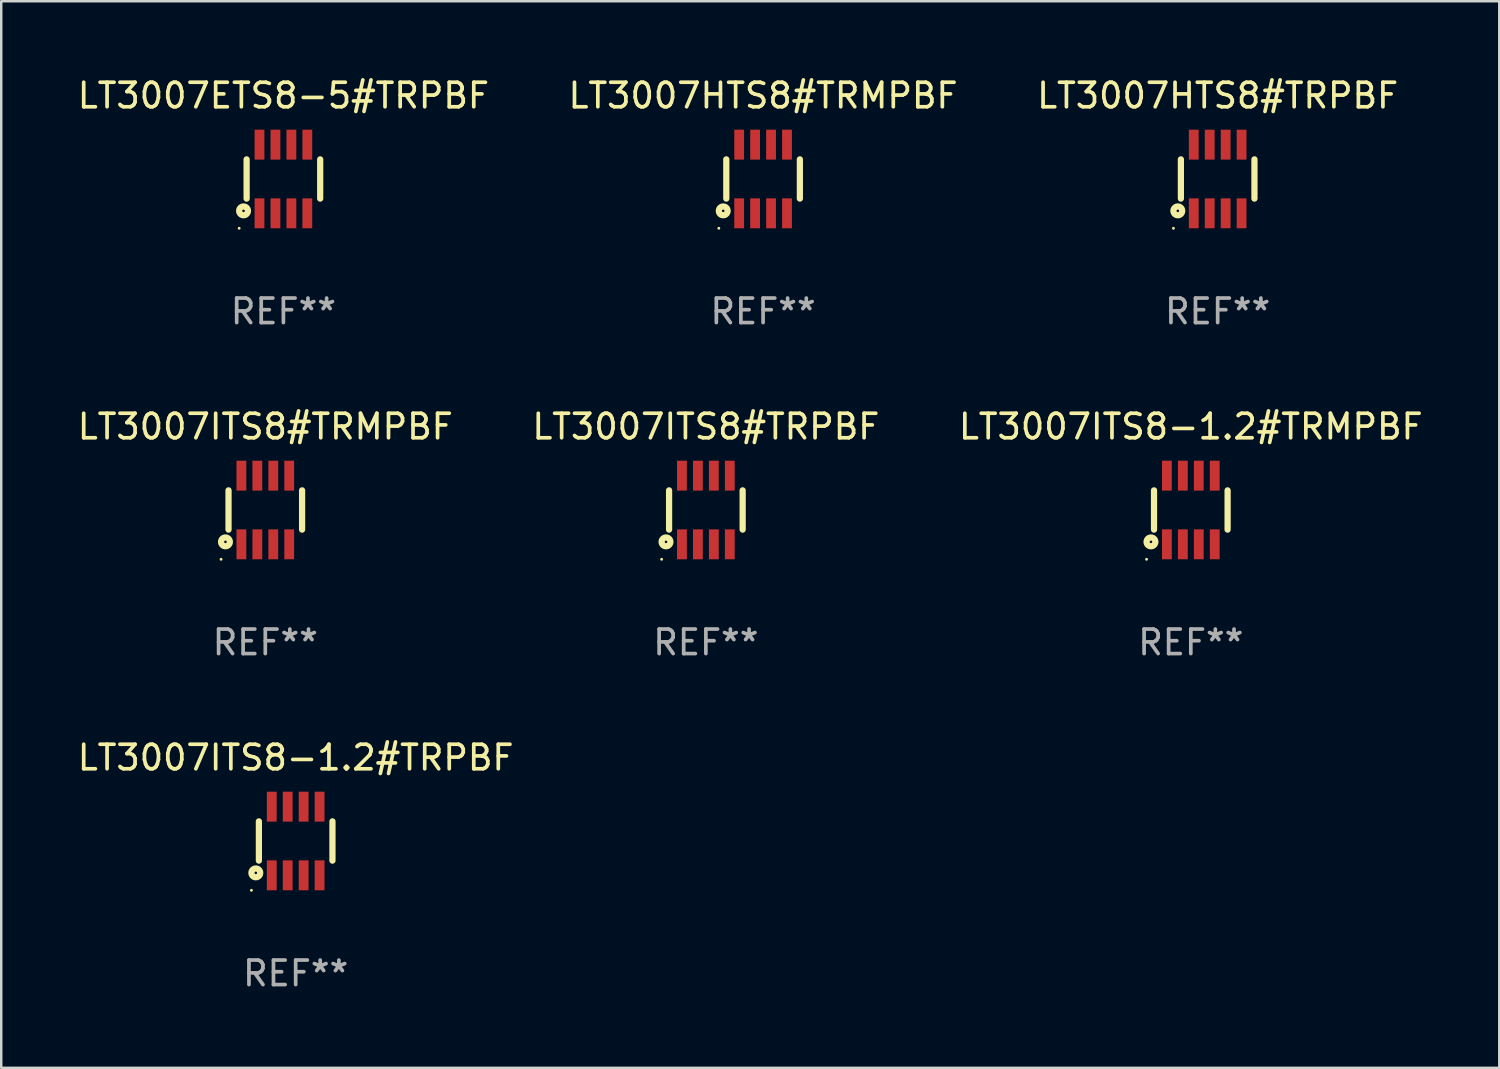
<source format=kicad_pcb>
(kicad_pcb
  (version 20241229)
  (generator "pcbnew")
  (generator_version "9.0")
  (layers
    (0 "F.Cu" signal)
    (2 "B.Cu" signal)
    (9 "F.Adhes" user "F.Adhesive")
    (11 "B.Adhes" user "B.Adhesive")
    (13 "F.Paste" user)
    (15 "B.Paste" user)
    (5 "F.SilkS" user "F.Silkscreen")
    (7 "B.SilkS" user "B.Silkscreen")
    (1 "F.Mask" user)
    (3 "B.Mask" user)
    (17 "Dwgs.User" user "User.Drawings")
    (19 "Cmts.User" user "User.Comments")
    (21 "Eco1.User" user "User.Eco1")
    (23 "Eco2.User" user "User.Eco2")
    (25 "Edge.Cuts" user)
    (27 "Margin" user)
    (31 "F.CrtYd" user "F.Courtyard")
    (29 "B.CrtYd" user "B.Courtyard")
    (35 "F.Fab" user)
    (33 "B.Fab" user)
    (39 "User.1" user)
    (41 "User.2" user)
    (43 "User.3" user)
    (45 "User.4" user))
  (footprint "LT3007HTS8#TRMPBF"
    (layer "F.Cu")
    (at 28.065 4.248)
    (property "Reference" "LT3007HTS8#TRMPBF" (at 0 -3.4 0) (layer "F.SilkS") (effects (font (size 1 1) (thickness 0.15))))
    (attr through_hole)
    (fp_line (start -1.5 0.8) (end -1.5 -0.8) (stroke (width 0.254) (type solid)) (layer "F.SilkS"))
    (fp_line (start 1.5 -0.8) (end 1.5 0.8) (stroke (width 0.254) (type solid)) (layer "F.SilkS"))
    (fp_circle (center -1.804 2.01) (end -1.774 2.01) (stroke (width 0.06) (type solid)) (fill no) (layer "F.SilkS"))
    (fp_circle (center -1.625 1.3) (end -1.573 1.3) (stroke (width 0.254) (type solid)) (fill no) (layer "F.SilkS"))
    (fp_text user "REF**" (at 0 5.4 0) (layer "F.Fab") (effects (font (size 1 1) (thickness 0.15))))
    (pad "1" smd rect (at -0.975 1.4 180) (size 0.4 1.22) (layers "F.Cu" "F.Mask" "F.Paste"))
    (pad "2" smd rect (at -0.325 1.4 180) (size 0.4 1.22) (layers "F.Cu" "F.Mask" "F.Paste"))
    (pad "3" smd rect (at 0.325 1.4 180) (size 0.4 1.22) (layers "F.Cu" "F.Mask" "F.Paste"))
    (pad "4" smd rect (at 0.975 1.4 180) (size 0.4 1.22) (layers "F.Cu" "F.Mask" "F.Paste"))
    (pad "5" smd rect (at 0.975 -1.4 180) (size 0.4 1.22) (layers "F.Cu" "F.Mask" "F.Paste"))
    (pad "6" smd rect (at 0.325 -1.4 180) (size 0.4 1.22) (layers "F.Cu" "F.Mask" "F.Paste"))
    (pad "7" smd rect (at -0.325 -1.4 180) (size 0.4 1.22) (layers "F.Cu" "F.Mask" "F.Paste"))
    (pad "8" smd rect (at -0.975 -1.4 180) (size 0.4 1.22) (layers "F.Cu" "F.Mask" "F.Paste")))
  (footprint "LT3007ITS8#TRMPBF"
    (layer "F.Cu")
    (at 7.768 17.745)
    (property "Reference" "LT3007ITS8#TRMPBF" (at 0 -3.4 0) (layer "F.SilkS") (effects (font (size 1 1) (thickness 0.15))))
    (attr through_hole)
    (fp_line (start -1.5 0.8) (end -1.5 -0.8) (stroke (width 0.254) (type solid)) (layer "F.SilkS"))
    (fp_line (start 1.5 -0.8) (end 1.5 0.8) (stroke (width 0.254) (type solid)) (layer "F.SilkS"))
    (fp_circle (center -1.804 2.01) (end -1.774 2.01) (stroke (width 0.06) (type solid)) (fill no) (layer "F.SilkS"))
    (fp_circle (center -1.625 1.3) (end -1.573 1.3) (stroke (width 0.254) (type solid)) (fill no) (layer "F.SilkS"))
    (fp_text user "REF**" (at 0 5.4 0) (layer "F.Fab") (effects (font (size 1 1) (thickness 0.15))))
    (pad "1" smd rect (at -0.975 1.4 180) (size 0.4 1.22) (layers "F.Cu" "F.Mask" "F.Paste"))
    (pad "2" smd rect (at -0.325 1.4 180) (size 0.4 1.22) (layers "F.Cu" "F.Mask" "F.Paste"))
    (pad "3" smd rect (at 0.325 1.4 180) (size 0.4 1.22) (layers "F.Cu" "F.Mask" "F.Paste"))
    (pad "4" smd rect (at 0.975 1.4 180) (size 0.4 1.22) (layers "F.Cu" "F.Mask" "F.Paste"))
    (pad "5" smd rect (at 0.975 -1.4 180) (size 0.4 1.22) (layers "F.Cu" "F.Mask" "F.Paste"))
    (pad "6" smd rect (at 0.325 -1.4 180) (size 0.4 1.22) (layers "F.Cu" "F.Mask" "F.Paste"))
    (pad "7" smd rect (at -0.325 -1.4 180) (size 0.4 1.22) (layers "F.Cu" "F.Mask" "F.Paste"))
    (pad "8" smd rect (at -0.975 -1.4 180) (size 0.4 1.22) (layers "F.Cu" "F.Mask" "F.Paste")))
  (footprint "LT3007ITS8#TRPBF"
    (layer "F.Cu")
    (at 25.732 17.745)
    (property "Reference" "LT3007ITS8#TRPBF" (at 0 -3.4 0) (layer "F.SilkS") (effects (font (size 1 1) (thickness 0.15))))
    (attr through_hole)
    (fp_line (start -1.5 0.8) (end -1.5 -0.8) (stroke (width 0.254) (type solid)) (layer "F.SilkS"))
    (fp_line (start 1.5 -0.8) (end 1.5 0.8) (stroke (width 0.254) (type solid)) (layer "F.SilkS"))
    (fp_circle (center -1.804 2.01) (end -1.774 2.01) (stroke (width 0.06) (type solid)) (fill no) (layer "F.SilkS"))
    (fp_circle (center -1.625 1.3) (end -1.573 1.3) (stroke (width 0.254) (type solid)) (fill no) (layer "F.SilkS"))
    (fp_text user "REF**" (at 0 5.4 0) (layer "F.Fab") (effects (font (size 1 1) (thickness 0.15))))
    (pad "1" smd rect (at -0.975 1.4 180) (size 0.4 1.22) (layers "F.Cu" "F.Mask" "F.Paste"))
    (pad "2" smd rect (at -0.325 1.4 180) (size 0.4 1.22) (layers "F.Cu" "F.Mask" "F.Paste"))
    (pad "3" smd rect (at 0.325 1.4 180) (size 0.4 1.22) (layers "F.Cu" "F.Mask" "F.Paste"))
    (pad "4" smd rect (at 0.975 1.4 180) (size 0.4 1.22) (layers "F.Cu" "F.Mask" "F.Paste"))
    (pad "5" smd rect (at 0.975 -1.4 180) (size 0.4 1.22) (layers "F.Cu" "F.Mask" "F.Paste"))
    (pad "6" smd rect (at 0.325 -1.4 180) (size 0.4 1.22) (layers "F.Cu" "F.Mask" "F.Paste"))
    (pad "7" smd rect (at -0.325 -1.4 180) (size 0.4 1.22) (layers "F.Cu" "F.Mask" "F.Paste"))
    (pad "8" smd rect (at -0.975 -1.4 180) (size 0.4 1.22) (layers "F.Cu" "F.Mask" "F.Paste")))
  (footprint "LT3007ITS8-1.2#TRPBF"
    (layer "F.Cu")
    (at 9.006 31.242)
    (property "Reference" "LT3007ITS8-1.2#TRPBF" (at 0 -3.4 0) (layer "F.SilkS") (effects (font (size 1 1) (thickness 0.15))))
    (attr through_hole)
    (fp_line (start -1.5 0.8) (end -1.5 -0.8) (stroke (width 0.254) (type solid)) (layer "F.SilkS"))
    (fp_line (start 1.5 -0.8) (end 1.5 0.8) (stroke (width 0.254) (type solid)) (layer "F.SilkS"))
    (fp_circle (center -1.804 2.01) (end -1.774 2.01) (stroke (width 0.06) (type solid)) (fill no) (layer "F.SilkS"))
    (fp_circle (center -1.625 1.3) (end -1.573 1.3) (stroke (width 0.254) (type solid)) (fill no) (layer "F.SilkS"))
    (fp_text user "REF**" (at 0 5.4 0) (layer "F.Fab") (effects (font (size 1 1) (thickness 0.15))))
    (pad "1" smd rect (at -0.975 1.4 180) (size 0.4 1.22) (layers "F.Cu" "F.Mask" "F.Paste"))
    (pad "2" smd rect (at -0.325 1.4 180) (size 0.4 1.22) (layers "F.Cu" "F.Mask" "F.Paste"))
    (pad "3" smd rect (at 0.325 1.4 180) (size 0.4 1.22) (layers "F.Cu" "F.Mask" "F.Paste"))
    (pad "4" smd rect (at 0.975 1.4 180) (size 0.4 1.22) (layers "F.Cu" "F.Mask" "F.Paste"))
    (pad "5" smd rect (at 0.975 -1.4 180) (size 0.4 1.22) (layers "F.Cu" "F.Mask" "F.Paste"))
    (pad "6" smd rect (at 0.325 -1.4 180) (size 0.4 1.22) (layers "F.Cu" "F.Mask" "F.Paste"))
    (pad "7" smd rect (at -0.325 -1.4 180) (size 0.4 1.22) (layers "F.Cu" "F.Mask" "F.Paste"))
    (pad "8" smd rect (at -0.975 -1.4 180) (size 0.4 1.22) (layers "F.Cu" "F.Mask" "F.Paste")))
  (footprint "LT3007ITS8-1.2#TRMPBF"
    (layer "F.Cu")
    (at 45.506 17.745)
    (property "Reference" "LT3007ITS8-1.2#TRMPBF" (at 0 -3.4 0) (layer "F.SilkS") (effects (font (size 1 1) (thickness 0.15))))
    (attr through_hole)
    (fp_line (start -1.5 0.8) (end -1.5 -0.8) (stroke (width 0.254) (type solid)) (layer "F.SilkS"))
    (fp_line (start 1.5 -0.8) (end 1.5 0.8) (stroke (width 0.254) (type solid)) (layer "F.SilkS"))
    (fp_circle (center -1.804 2.01) (end -1.774 2.01) (stroke (width 0.06) (type solid)) (fill no) (layer "F.SilkS"))
    (fp_circle (center -1.625 1.3) (end -1.573 1.3) (stroke (width 0.254) (type solid)) (fill no) (layer "F.SilkS"))
    (fp_text user "REF**" (at 0 5.4 0) (layer "F.Fab") (effects (font (size 1 1) (thickness 0.15))))
    (pad "1" smd rect (at -0.975 1.4 180) (size 0.4 1.22) (layers "F.Cu" "F.Mask" "F.Paste"))
    (pad "2" smd rect (at -0.325 1.4 180) (size 0.4 1.22) (layers "F.Cu" "F.Mask" "F.Paste"))
    (pad "3" smd rect (at 0.325 1.4 180) (size 0.4 1.22) (layers "F.Cu" "F.Mask" "F.Paste"))
    (pad "4" smd rect (at 0.975 1.4 180) (size 0.4 1.22) (layers "F.Cu" "F.Mask" "F.Paste"))
    (pad "5" smd rect (at 0.975 -1.4 180) (size 0.4 1.22) (layers "F.Cu" "F.Mask" "F.Paste"))
    (pad "6" smd rect (at 0.325 -1.4 180) (size 0.4 1.22) (layers "F.Cu" "F.Mask" "F.Paste"))
    (pad "7" smd rect (at -0.325 -1.4 180) (size 0.4 1.22) (layers "F.Cu" "F.Mask" "F.Paste"))
    (pad "8" smd rect (at -0.975 -1.4 180) (size 0.4 1.22) (layers "F.Cu" "F.Mask" "F.Paste")))
  (footprint "LT3007ETS8-5#TRPBF"
    (layer "F.Cu")
    (at 8.506 4.248)
    (property "Reference" "LT3007ETS8-5#TRPBF" (at 0 -3.4 0) (layer "F.SilkS") (effects (font (size 1 1) (thickness 0.15))))
    (attr through_hole)
    (fp_line (start -1.5 0.8) (end -1.5 -0.8) (stroke (width 0.254) (type solid)) (layer "F.SilkS"))
    (fp_line (start 1.5 -0.8) (end 1.5 0.8) (stroke (width 0.254) (type solid)) (layer "F.SilkS"))
    (fp_circle (center -1.804 2.01) (end -1.774 2.01) (stroke (width 0.06) (type solid)) (fill no) (layer "F.SilkS"))
    (fp_circle (center -1.625 1.3) (end -1.573 1.3) (stroke (width 0.254) (type solid)) (fill no) (layer "F.SilkS"))
    (fp_text user "REF**" (at 0 5.4 0) (layer "F.Fab") (effects (font (size 1 1) (thickness 0.15))))
    (pad "1" smd rect (at -0.975 1.4 180) (size 0.4 1.22) (layers "F.Cu" "F.Mask" "F.Paste"))
    (pad "2" smd rect (at -0.325 1.4 180) (size 0.4 1.22) (layers "F.Cu" "F.Mask" "F.Paste"))
    (pad "3" smd rect (at 0.325 1.4 180) (size 0.4 1.22) (layers "F.Cu" "F.Mask" "F.Paste"))
    (pad "4" smd rect (at 0.975 1.4 180) (size 0.4 1.22) (layers "F.Cu" "F.Mask" "F.Paste"))
    (pad "5" smd rect (at 0.975 -1.4 180) (size 0.4 1.22) (layers "F.Cu" "F.Mask" "F.Paste"))
    (pad "6" smd rect (at 0.325 -1.4 180) (size 0.4 1.22) (layers "F.Cu" "F.Mask" "F.Paste"))
    (pad "7" smd rect (at -0.325 -1.4 180) (size 0.4 1.22) (layers "F.Cu" "F.Mask" "F.Paste"))
    (pad "8" smd rect (at -0.975 -1.4 180) (size 0.4 1.22) (layers "F.Cu" "F.Mask" "F.Paste")))
  (footprint "LT3007HTS8#TRPBF"
    (layer "F.Cu")
    (at 46.601 4.248)
    (property "Reference" "LT3007HTS8#TRPBF" (at 0 -3.4 0) (layer "F.SilkS") (effects (font (size 1 1) (thickness 0.15))))
    (attr through_hole)
    (fp_line (start -1.5 0.8) (end -1.5 -0.8) (stroke (width 0.254) (type solid)) (layer "F.SilkS"))
    (fp_line (start 1.5 -0.8) (end 1.5 0.8) (stroke (width 0.254) (type solid)) (layer "F.SilkS"))
    (fp_circle (center -1.804 2.01) (end -1.774 2.01) (stroke (width 0.06) (type solid)) (fill no) (layer "F.SilkS"))
    (fp_circle (center -1.625 1.3) (end -1.573 1.3) (stroke (width 0.254) (type solid)) (fill no) (layer "F.SilkS"))
    (fp_text user "REF**" (at 0 5.4 0) (layer "F.Fab") (effects (font (size 1 1) (thickness 0.15))))
    (pad "1" smd rect (at -0.975 1.4 180) (size 0.4 1.22) (layers "F.Cu" "F.Mask" "F.Paste"))
    (pad "2" smd rect (at -0.325 1.4 180) (size 0.4 1.22) (layers "F.Cu" "F.Mask" "F.Paste"))
    (pad "3" smd rect (at 0.325 1.4 180) (size 0.4 1.22) (layers "F.Cu" "F.Mask" "F.Paste"))
    (pad "4" smd rect (at 0.975 1.4 180) (size 0.4 1.22) (layers "F.Cu" "F.Mask" "F.Paste"))
    (pad "5" smd rect (at 0.975 -1.4 180) (size 0.4 1.22) (layers "F.Cu" "F.Mask" "F.Paste"))
    (pad "6" smd rect (at 0.325 -1.4 180) (size 0.4 1.22) (layers "F.Cu" "F.Mask" "F.Paste"))
    (pad "7" smd rect (at -0.325 -1.4 180) (size 0.4 1.22) (layers "F.Cu" "F.Mask" "F.Paste"))
    (pad "8" smd rect (at -0.975 -1.4 180) (size 0.4 1.22) (layers "F.Cu" "F.Mask" "F.Paste")))
  (gr_rect
    (start -3 -3)
    (end 58.083 40.49)
    (stroke (width 0.1) (type default))
    (fill no)
    (layer "Edge.Cuts")))
</source>
